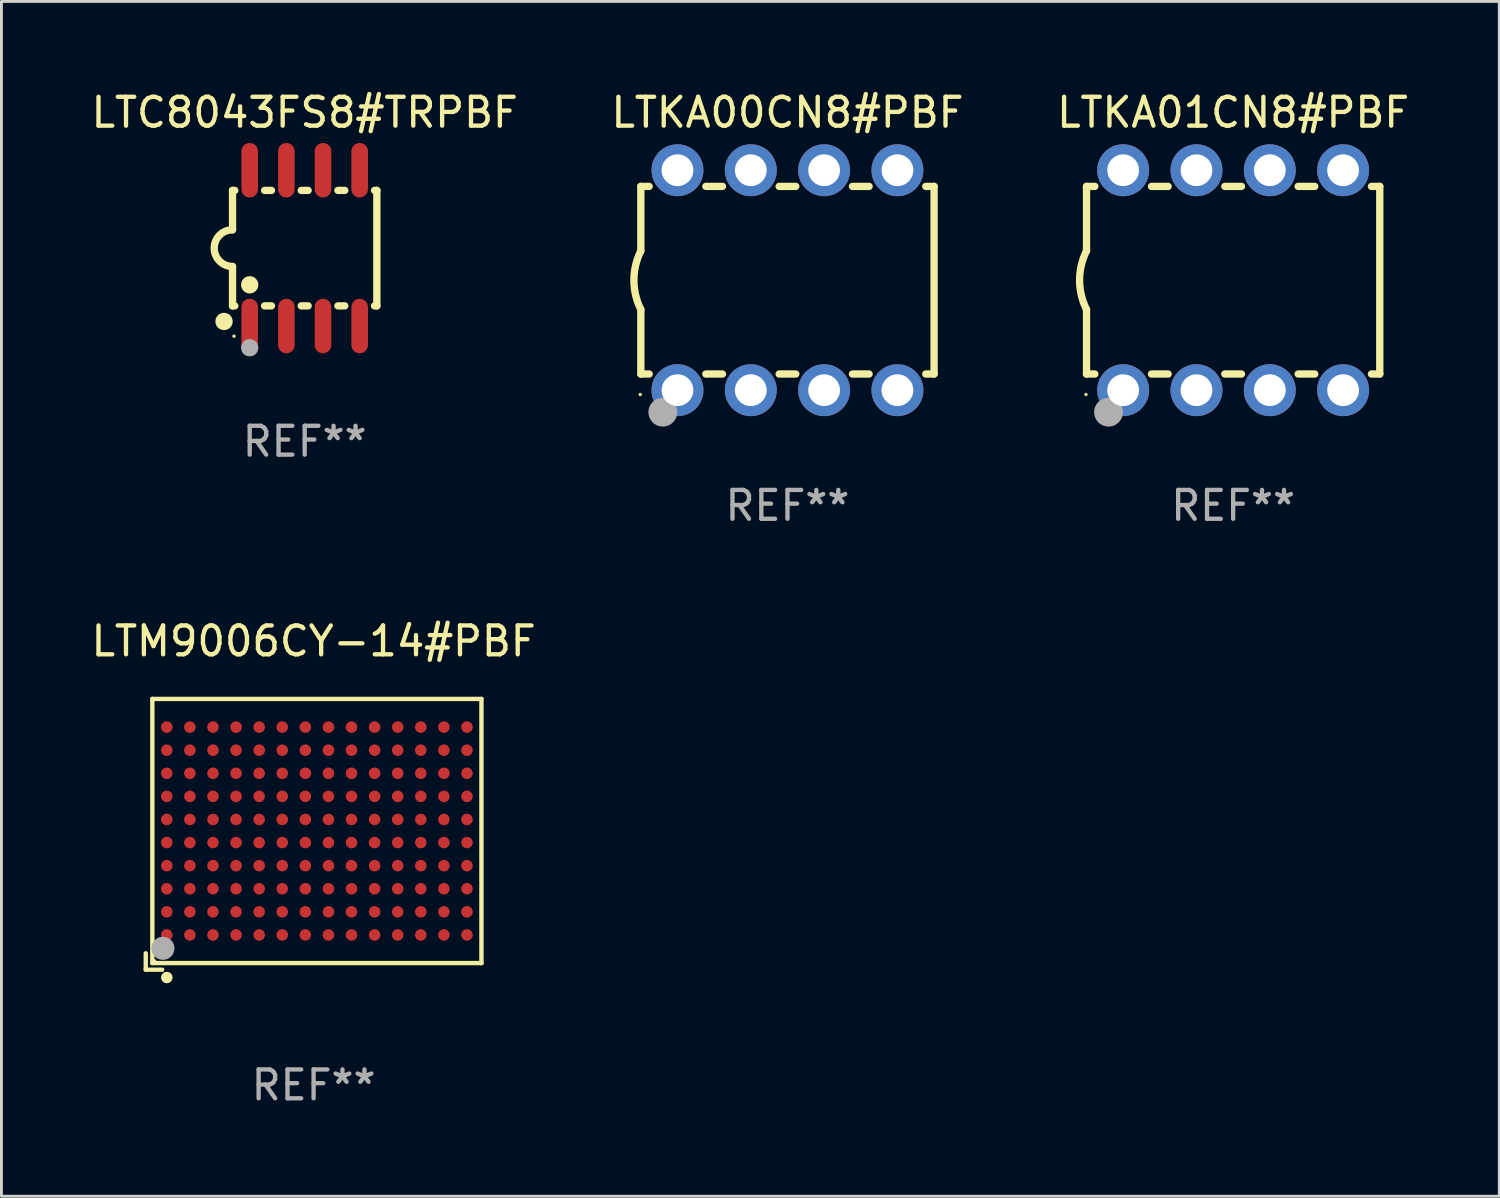
<source format=kicad_pcb>
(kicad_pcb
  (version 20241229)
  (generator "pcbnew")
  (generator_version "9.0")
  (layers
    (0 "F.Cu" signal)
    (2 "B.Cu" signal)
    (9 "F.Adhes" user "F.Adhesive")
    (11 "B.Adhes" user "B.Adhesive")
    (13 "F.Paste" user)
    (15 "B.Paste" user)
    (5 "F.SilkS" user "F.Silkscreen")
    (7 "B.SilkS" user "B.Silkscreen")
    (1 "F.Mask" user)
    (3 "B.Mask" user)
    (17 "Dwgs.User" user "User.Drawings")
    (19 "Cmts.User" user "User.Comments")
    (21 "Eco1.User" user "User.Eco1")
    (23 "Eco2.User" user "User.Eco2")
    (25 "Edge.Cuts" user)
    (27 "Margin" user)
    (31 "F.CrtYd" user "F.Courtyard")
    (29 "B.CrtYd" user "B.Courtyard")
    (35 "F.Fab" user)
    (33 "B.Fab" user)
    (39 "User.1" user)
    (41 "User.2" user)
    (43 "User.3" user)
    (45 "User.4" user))
  (footprint "LTC8043FS8#TRPBF"
    (layer "F.Cu")
    (at 7.506 5.547)
    (property "Reference" "LTC8043FS8#TRPBF" (at 0 -4.699 0) (layer "F.SilkS") (effects (font (size 1 1) (thickness 0.15))))
    (attr through_hole)
    (fp_line (start -2.5 -2) (end -2.5 -0.635) (stroke (width 0.254) (type solid)) (layer "F.SilkS"))
    (fp_line (start -2.5 -2) (end -2.421 -2) (stroke (width 0.254) (type solid)) (layer "F.SilkS"))
    (fp_line (start -2.5 2) (end -2.5 0.635) (stroke (width 0.254) (type solid)) (layer "F.SilkS"))
    (fp_line (start -2.5 2) (end -2.421 2) (stroke (width 0.254) (type solid)) (layer "F.SilkS"))
    (fp_line (start -1.389 -2) (end -1.151 -2) (stroke (width 0.254) (type solid)) (layer "F.SilkS"))
    (fp_line (start -1.389 2) (end -1.151 2) (stroke (width 0.254) (type solid)) (layer "F.SilkS"))
    (fp_line (start -0.119 -2) (end 0.119 -2) (stroke (width 0.254) (type solid)) (layer "F.SilkS"))
    (fp_line (start -0.119 2) (end 0.119 2) (stroke (width 0.254) (type solid)) (layer "F.SilkS"))
    (fp_line (start 1.151 -2) (end 1.389 -2) (stroke (width 0.254) (type solid)) (layer "F.SilkS"))
    (fp_line (start 1.151 2) (end 1.389 2) (stroke (width 0.254) (type solid)) (layer "F.SilkS"))
    (fp_line (start 2.421 -2) (end 2.5 -2) (stroke (width 0.254) (type solid)) (layer "F.SilkS"))
    (fp_line (start 2.421 2) (end 2.5 2) (stroke (width 0.254) (type solid)) (layer "F.SilkS"))
    (fp_line (start 2.5 -2) (end 2.5 2) (stroke (width 0.254) (type solid)) (layer "F.SilkS"))
    (fp_arc (start -2.5 0.635001) (mid -3.134366 -0.000318) (end -2.499365 -0.635001) (stroke (width 0.254001) (type solid)) (layer "F.SilkS"))
    (fp_circle (center -2.794 2.54) (end -2.644 2.54) (stroke (width 0.3) (type solid)) (fill no) (layer "F.SilkS"))
    (fp_circle (center -2.45 3.05) (end -2.42 3.05) (stroke (width 0.06) (type solid)) (fill no) (layer "F.SilkS"))
    (fp_circle (center -1.905 1.27) (end -1.755 1.27) (stroke (width 0.3) (type solid)) (fill no) (layer "F.SilkS"))
    (fp_circle (center -1.905 3.45) (end -1.755 3.45) (stroke (width 0.3) (type solid)) (fill no) (layer "F.Fab"))
    (fp_text user "REF**" (at 0 6.699 0) (layer "F.Fab") (effects (font (size 1 1) (thickness 0.15))))
    (pad "1" smd oval (at -1.905 2.699) (size 0.574 1.888) (layers "F.Cu" "F.Mask" "F.Paste"))
    (pad "2" smd oval (at -0.635 2.699) (size 0.574 1.888) (layers "F.Cu" "F.Mask" "F.Paste"))
    (pad "3" smd oval (at 0.635 2.699) (size 0.574 1.888) (layers "F.Cu" "F.Mask" "F.Paste"))
    (pad "4" smd oval (at 1.905 2.699) (size 0.574 1.888) (layers "F.Cu" "F.Mask" "F.Paste"))
    (pad "5" smd oval (at 1.905 -2.699) (size 0.574 1.888) (layers "F.Cu" "F.Mask" "F.Paste"))
    (pad "6" smd oval (at 0.635 -2.699) (size 0.574 1.888) (layers "F.Cu" "F.Mask" "F.Paste"))
    (pad "7" smd oval (at -0.635 -2.699) (size 0.574 1.888) (layers "F.Cu" "F.Mask" "F.Paste"))
    (pad "8" smd oval (at -1.905 -2.699) (size 0.574 1.888) (layers "F.Cu" "F.Mask" "F.Paste")))
  (footprint "LTKA00CN8#PBF"
    (layer "F.Cu")
    (at 24.232 6.658)
    (property "Reference" "LTKA00CN8#PBF" (at 0 -5.81 0) (layer "F.SilkS") (effects (font (size 1 1) (thickness 0.15))))
    (attr through_hole)
    (fp_line (start -5.08 -3.25) (end -5.08 -1.017) (stroke (width 0.254) (type solid)) (layer "F.SilkS"))
    (fp_line (start -5.08 -3.25) (end -4.792 -3.25) (stroke (width 0.254) (type solid)) (layer "F.SilkS"))
    (fp_line (start -5.08 3.25) (end -5.08 1.015) (stroke (width 0.254) (type solid)) (layer "F.SilkS"))
    (fp_line (start -5.08 3.25) (end -4.792 3.25) (stroke (width 0.254) (type solid)) (layer "F.SilkS"))
    (fp_line (start -2.828 -3.25) (end -2.252 -3.25) (stroke (width 0.254) (type solid)) (layer "F.SilkS"))
    (fp_line (start -2.828 3.25) (end -2.252 3.25) (stroke (width 0.254) (type solid)) (layer "F.SilkS"))
    (fp_line (start -0.288 -3.25) (end 0.288 -3.25) (stroke (width 0.254) (type solid)) (layer "F.SilkS"))
    (fp_line (start -0.288 3.25) (end 0.288 3.25) (stroke (width 0.254) (type solid)) (layer "F.SilkS"))
    (fp_line (start 2.252 -3.25) (end 2.828 -3.25) (stroke (width 0.254) (type solid)) (layer "F.SilkS"))
    (fp_line (start 2.252 3.25) (end 2.828 3.25) (stroke (width 0.254) (type solid)) (layer "F.SilkS"))
    (fp_line (start 4.792 -3.25) (end 5.08 -3.25) (stroke (width 0.254) (type solid)) (layer "F.SilkS"))
    (fp_line (start 4.792 3.25) (end 5.08 3.25) (stroke (width 0.254) (type solid)) (layer "F.SilkS"))
    (fp_line (start 5.08 -3.25) (end 5.08 3.25) (stroke (width 0.254) (type solid)) (layer "F.SilkS"))
    (fp_arc (start -5.08001 1.01524) (mid -5.319856 -0.000762) (end -5.08001 -1.016764) (stroke (width 0.254001) (type solid)) (layer "F.SilkS"))
    (fp_circle (center -5.1 3.96) (end -5.07 3.96) (stroke (width 0.06) (type solid)) (fill no) (layer "F.SilkS"))
    (fp_circle (center -4.318 4.572) (end -4.068 4.572) (stroke (width 0.5) (type solid)) (fill no) (layer "F.Fab"))
    (fp_text user "REF**" (at 0 7.81 0) (layer "F.Fab") (effects (font (size 1 1) (thickness 0.15))))
    (pad "1" thru_hole circle (at -3.81 3.81) (size 1.8 1.8) (drill 1.1) (layers "*.Cu" "*.Mask"))
    (pad "2" thru_hole circle (at -1.27 3.81) (size 1.8 1.8) (drill 1.1) (layers "*.Cu" "*.Mask"))
    (pad "3" thru_hole circle (at 1.27 3.81) (size 1.8 1.8) (drill 1.1) (layers "*.Cu" "*.Mask"))
    (pad "4" thru_hole circle (at 3.81 3.81) (size 1.8 1.8) (drill 1.1) (layers "*.Cu" "*.Mask"))
    (pad "5" thru_hole circle (at 3.81 -3.81) (size 1.8 1.8) (drill 1.1) (layers "*.Cu" "*.Mask"))
    (pad "6" thru_hole circle (at 1.27 -3.81) (size 1.8 1.8) (drill 1.1) (layers "*.Cu" "*.Mask"))
    (pad "7" thru_hole circle (at -1.27 -3.81) (size 1.8 1.8) (drill 1.1) (layers "*.Cu" "*.Mask"))
    (pad "8" thru_hole circle (at -3.81 -3.81) (size 1.8 1.8) (drill 1.1) (layers "*.Cu" "*.Mask")))
  (footprint "LTKA01CN8#PBF"
    (layer "F.Cu")
    (at 39.673 6.658)
    (property "Reference" "LTKA01CN8#PBF" (at 0 -5.81 0) (layer "F.SilkS") (effects (font (size 1 1) (thickness 0.15))))
    (attr through_hole)
    (fp_line (start -5.08 -3.25) (end -5.08 -1.017) (stroke (width 0.254) (type solid)) (layer "F.SilkS"))
    (fp_line (start -5.08 -3.25) (end -4.792 -3.25) (stroke (width 0.254) (type solid)) (layer "F.SilkS"))
    (fp_line (start -5.08 3.25) (end -5.08 1.015) (stroke (width 0.254) (type solid)) (layer "F.SilkS"))
    (fp_line (start -5.08 3.25) (end -4.792 3.25) (stroke (width 0.254) (type solid)) (layer "F.SilkS"))
    (fp_line (start -2.828 -3.25) (end -2.252 -3.25) (stroke (width 0.254) (type solid)) (layer "F.SilkS"))
    (fp_line (start -2.828 3.25) (end -2.252 3.25) (stroke (width 0.254) (type solid)) (layer "F.SilkS"))
    (fp_line (start -0.288 -3.25) (end 0.288 -3.25) (stroke (width 0.254) (type solid)) (layer "F.SilkS"))
    (fp_line (start -0.288 3.25) (end 0.288 3.25) (stroke (width 0.254) (type solid)) (layer "F.SilkS"))
    (fp_line (start 2.252 -3.25) (end 2.828 -3.25) (stroke (width 0.254) (type solid)) (layer "F.SilkS"))
    (fp_line (start 2.252 3.25) (end 2.828 3.25) (stroke (width 0.254) (type solid)) (layer "F.SilkS"))
    (fp_line (start 4.792 -3.25) (end 5.08 -3.25) (stroke (width 0.254) (type solid)) (layer "F.SilkS"))
    (fp_line (start 4.792 3.25) (end 5.08 3.25) (stroke (width 0.254) (type solid)) (layer "F.SilkS"))
    (fp_line (start 5.08 -3.25) (end 5.08 3.25) (stroke (width 0.254) (type solid)) (layer "F.SilkS"))
    (fp_arc (start -5.08001 1.01524) (mid -5.319856 -0.000762) (end -5.08001 -1.016764) (stroke (width 0.254001) (type solid)) (layer "F.SilkS"))
    (fp_circle (center -5.1 3.96) (end -5.07 3.96) (stroke (width 0.06) (type solid)) (fill no) (layer "F.SilkS"))
    (fp_circle (center -4.318 4.572) (end -4.068 4.572) (stroke (width 0.5) (type solid)) (fill no) (layer "F.Fab"))
    (fp_text user "REF**" (at 0 7.81 0) (layer "F.Fab") (effects (font (size 1 1) (thickness 0.15))))
    (pad "1" thru_hole circle (at -3.81 3.81) (size 1.8 1.8) (drill 1.1) (layers "*.Cu" "*.Mask"))
    (pad "2" thru_hole circle (at -1.27 3.81) (size 1.8 1.8) (drill 1.1) (layers "*.Cu" "*.Mask"))
    (pad "3" thru_hole circle (at 1.27 3.81) (size 1.8 1.8) (drill 1.1) (layers "*.Cu" "*.Mask"))
    (pad "4" thru_hole circle (at 3.81 3.81) (size 1.8 1.8) (drill 1.1) (layers "*.Cu" "*.Mask"))
    (pad "5" thru_hole circle (at 3.81 -3.81) (size 1.8 1.8) (drill 1.1) (layers "*.Cu" "*.Mask"))
    (pad "6" thru_hole circle (at 1.27 -3.81) (size 1.8 1.8) (drill 1.1) (layers "*.Cu" "*.Mask"))
    (pad "7" thru_hole circle (at -1.27 -3.81) (size 1.8 1.8) (drill 1.1) (layers "*.Cu" "*.Mask"))
    (pad "8" thru_hole circle (at -3.81 -3.81) (size 1.8 1.8) (drill 1.1) (layers "*.Cu" "*.Mask")))
  (footprint "LTM9006CY-14#PBF"
    (layer "F.Cu")
    (at 7.815 25.855)
    (property "Reference" "LTM9006CY-14#PBF" (at 0 -6.691 0) (layer "F.SilkS") (effects (font (size 1 1) (thickness 0.15))))
    (attr through_hole)
    (fp_line (start -5.815 4.122) (end -5.815 4.691) (stroke (width 0.152) (type solid)) (layer "F.SilkS"))
    (fp_line (start -5.815 4.691) (end -5.247 4.691) (stroke (width 0.152) (type solid)) (layer "F.SilkS"))
    (fp_line (start -5.587 -4.691) (end 5.815 -4.691) (stroke (width 0.152) (type solid)) (layer "F.SilkS"))
    (fp_line (start -5.587 4.462) (end -5.587 -4.691) (stroke (width 0.152) (type solid)) (layer "F.SilkS"))
    (fp_line (start 5.815 -4.691) (end 5.815 4.462) (stroke (width 0.152) (type solid)) (layer "F.SilkS"))
    (fp_line (start 5.815 4.462) (end -5.587 4.462) (stroke (width 0.152) (type solid)) (layer "F.SilkS"))
    (fp_circle (center -5.511 4.386) (end -5.481 4.386) (stroke (width 0.06) (type solid)) (fill no) (layer "F.SilkS"))
    (fp_circle (center -5.086 4.962) (end -4.986 4.962) (stroke (width 0.2) (type solid)) (fill no) (layer "F.SilkS"))
    (fp_circle (center -5.22 3.95) (end -5.02 3.95) (stroke (width 0.4) (type solid)) (fill no) (layer "F.Fab"))
    (fp_text user "REF**" (at 0 8.691 0) (layer "F.Fab") (effects (font (size 1 1) (thickness 0.15))))
    (pad "A1" smd circle (at -5.086 3.486) (size 0.4 0.4) (layers "F.Cu" "F.Mask" "F.Paste"))
    (pad "A2" smd circle (at -5.086 2.686) (size 0.4 0.4) (layers "F.Cu" "F.Mask" "F.Paste"))
    (pad "A3" smd circle (at -5.086 1.886) (size 0.4 0.4) (layers "F.Cu" "F.Mask" "F.Paste"))
    (pad "A4" smd circle (at -5.086 1.086) (size 0.4 0.4) (layers "F.Cu" "F.Mask" "F.Paste"))
    (pad "A5" smd circle (at -5.086 0.286) (size 0.4 0.4) (layers "F.Cu" "F.Mask" "F.Paste"))
    (pad "A6" smd circle (at -5.086 -0.514) (size 0.4 0.4) (layers "F.Cu" "F.Mask" "F.Paste"))
    (pad "A7" smd circle (at -5.086 -1.314) (size 0.4 0.4) (layers "F.Cu" "F.Mask" "F.Paste"))
    (pad "A8" smd circle (at -5.086 -2.114) (size 0.4 0.4) (layers "F.Cu" "F.Mask" "F.Paste"))
    (pad "A9" smd circle (at -5.086 -2.914) (size 0.4 0.4) (layers "F.Cu" "F.Mask" "F.Paste"))
    (pad "A10" smd circle (at -5.086 -3.714) (size 0.4 0.4) (layers "F.Cu" "F.Mask" "F.Paste"))
    (pad "B1" smd circle (at -4.286 3.486) (size 0.4 0.4) (layers "F.Cu" "F.Mask" "F.Paste"))
    (pad "B2" smd circle (at -4.286 2.686) (size 0.4 0.4) (layers "F.Cu" "F.Mask" "F.Paste"))
    (pad "B3" smd circle (at -4.286 1.886) (size 0.4 0.4) (layers "F.Cu" "F.Mask" "F.Paste"))
    (pad "B4" smd circle (at -4.286 1.086) (size 0.4 0.4) (layers "F.Cu" "F.Mask" "F.Paste"))
    (pad "B5" smd circle (at -4.286 0.286) (size 0.4 0.4) (layers "F.Cu" "F.Mask" "F.Paste"))
    (pad "B6" smd circle (at -4.286 -0.514) (size 0.4 0.4) (layers "F.Cu" "F.Mask" "F.Paste"))
    (pad "B7" smd circle (at -4.286 -1.314) (size 0.4 0.4) (layers "F.Cu" "F.Mask" "F.Paste"))
    (pad "B8" smd circle (at -4.286 -2.114) (size 0.4 0.4) (layers "F.Cu" "F.Mask" "F.Paste"))
    (pad "B9" smd circle (at -4.286 -2.914) (size 0.4 0.4) (layers "F.Cu" "F.Mask" "F.Paste"))
    (pad "B10" smd circle (at -4.286 -3.714) (size 0.4 0.4) (layers "F.Cu" "F.Mask" "F.Paste"))
    (pad "C1" smd circle (at -3.486 3.486) (size 0.4 0.4) (layers "F.Cu" "F.Mask" "F.Paste"))
    (pad "C2" smd circle (at -3.486 2.686) (size 0.4 0.4) (layers "F.Cu" "F.Mask" "F.Paste"))
    (pad "C3" smd circle (at -3.486 1.886) (size 0.4 0.4) (layers "F.Cu" "F.Mask" "F.Paste"))
    (pad "C4" smd circle (at -3.486 1.086) (size 0.4 0.4) (layers "F.Cu" "F.Mask" "F.Paste"))
    (pad "C5" smd circle (at -3.486 0.286) (size 0.4 0.4) (layers "F.Cu" "F.Mask" "F.Paste"))
    (pad "C6" smd circle (at -3.486 -0.514) (size 0.4 0.4) (layers "F.Cu" "F.Mask" "F.Paste"))
    (pad "C7" smd circle (at -3.486 -1.314) (size 0.4 0.4) (layers "F.Cu" "F.Mask" "F.Paste"))
    (pad "C8" smd circle (at -3.486 -2.114) (size 0.4 0.4) (layers "F.Cu" "F.Mask" "F.Paste"))
    (pad "C9" smd circle (at -3.486 -2.914) (size 0.4 0.4) (layers "F.Cu" "F.Mask" "F.Paste"))
    (pad "C10" smd circle (at -3.486 -3.714) (size 0.4 0.4) (layers "F.Cu" "F.Mask" "F.Paste"))
    (pad "D1" smd circle (at -2.686 3.486) (size 0.4 0.4) (layers "F.Cu" "F.Mask" "F.Paste"))
    (pad "D2" smd circle (at -2.686 2.686) (size 0.4 0.4) (layers "F.Cu" "F.Mask" "F.Paste"))
    (pad "D3" smd circle (at -2.686 1.886) (size 0.4 0.4) (layers "F.Cu" "F.Mask" "F.Paste"))
    (pad "D4" smd circle (at -2.686 1.086) (size 0.4 0.4) (layers "F.Cu" "F.Mask" "F.Paste"))
    (pad "D5" smd circle (at -2.686 0.286) (size 0.4 0.4) (layers "F.Cu" "F.Mask" "F.Paste"))
    (pad "D6" smd circle (at -2.686 -0.514) (size 0.4 0.4) (layers "F.Cu" "F.Mask" "F.Paste"))
    (pad "D7" smd circle (at -2.686 -1.314) (size 0.4 0.4) (layers "F.Cu" "F.Mask" "F.Paste"))
    (pad "D8" smd circle (at -2.686 -2.114) (size 0.4 0.4) (layers "F.Cu" "F.Mask" "F.Paste"))
    (pad "D9" smd circle (at -2.686 -2.914) (size 0.4 0.4) (layers "F.Cu" "F.Mask" "F.Paste"))
    (pad "D10" smd circle (at -2.686 -3.714) (size 0.4 0.4) (layers "F.Cu" "F.Mask" "F.Paste"))
    (pad "E1" smd circle (at -1.886 3.486) (size 0.4 0.4) (layers "F.Cu" "F.Mask" "F.Paste"))
    (pad "E2" smd circle (at -1.886 2.686) (size 0.4 0.4) (layers "F.Cu" "F.Mask" "F.Paste"))
    (pad "E3" smd circle (at -1.886 1.886) (size 0.4 0.4) (layers "F.Cu" "F.Mask" "F.Paste"))
    (pad "E4" smd circle (at -1.886 1.086) (size 0.4 0.4) (layers "F.Cu" "F.Mask" "F.Paste"))
    (pad "E5" smd circle (at -1.886 0.286) (size 0.4 0.4) (layers "F.Cu" "F.Mask" "F.Paste"))
    (pad "E6" smd circle (at -1.886 -0.514) (size 0.4 0.4) (layers "F.Cu" "F.Mask" "F.Paste"))
    (pad "E7" smd circle (at -1.886 -1.314) (size 0.4 0.4) (layers "F.Cu" "F.Mask" "F.Paste"))
    (pad "E8" smd circle (at -1.886 -2.114) (size 0.4 0.4) (layers "F.Cu" "F.Mask" "F.Paste"))
    (pad "E9" smd circle (at -1.886 -2.914) (size 0.4 0.4) (layers "F.Cu" "F.Mask" "F.Paste"))
    (pad "E10" smd circle (at -1.886 -3.714) (size 0.4 0.4) (layers "F.Cu" "F.Mask" "F.Paste"))
    (pad "F1" smd circle (at -1.086 3.486) (size 0.4 0.4) (layers "F.Cu" "F.Mask" "F.Paste"))
    (pad "F2" smd circle (at -1.086 2.686) (size 0.4 0.4) (layers "F.Cu" "F.Mask" "F.Paste"))
    (pad "F3" smd circle (at -1.086 1.886) (size 0.4 0.4) (layers "F.Cu" "F.Mask" "F.Paste"))
    (pad "F4" smd circle (at -1.086 1.086) (size 0.4 0.4) (layers "F.Cu" "F.Mask" "F.Paste"))
    (pad "F5" smd circle (at -1.086 0.286) (size 0.4 0.4) (layers "F.Cu" "F.Mask" "F.Paste"))
    (pad "F6" smd circle (at -1.086 -0.514) (size 0.4 0.4) (layers "F.Cu" "F.Mask" "F.Paste"))
    (pad "F7" smd circle (at -1.086 -1.314) (size 0.4 0.4) (layers "F.Cu" "F.Mask" "F.Paste"))
    (pad "F8" smd circle (at -1.086 -2.114) (size 0.4 0.4) (layers "F.Cu" "F.Mask" "F.Paste"))
    (pad "F9" smd circle (at -1.086 -2.914) (size 0.4 0.4) (layers "F.Cu" "F.Mask" "F.Paste"))
    (pad "F10" smd circle (at -1.086 -3.714) (size 0.4 0.4) (layers "F.Cu" "F.Mask" "F.Paste"))
    (pad "G1" smd circle (at -0.286 3.486) (size 0.4 0.4) (layers "F.Cu" "F.Mask" "F.Paste"))
    (pad "G2" smd circle (at -0.286 2.686) (size 0.4 0.4) (layers "F.Cu" "F.Mask" "F.Paste"))
    (pad "G3" smd circle (at -0.286 1.886) (size 0.4 0.4) (layers "F.Cu" "F.Mask" "F.Paste"))
    (pad "G4" smd circle (at -0.286 1.086) (size 0.4 0.4) (layers "F.Cu" "F.Mask" "F.Paste"))
    (pad "G5" smd circle (at -0.286 0.286) (size 0.4 0.4) (layers "F.Cu" "F.Mask" "F.Paste"))
    (pad "G6" smd circle (at -0.286 -0.514) (size 0.4 0.4) (layers "F.Cu" "F.Mask" "F.Paste"))
    (pad "G7" smd circle (at -0.286 -1.314) (size 0.4 0.4) (layers "F.Cu" "F.Mask" "F.Paste"))
    (pad "G8" smd circle (at -0.286 -2.114) (size 0.4 0.4) (layers "F.Cu" "F.Mask" "F.Paste"))
    (pad "G9" smd circle (at -0.286 -2.914) (size 0.4 0.4) (layers "F.Cu" "F.Mask" "F.Paste"))
    (pad "G10" smd circle (at -0.286 -3.714) (size 0.4 0.4) (layers "F.Cu" "F.Mask" "F.Paste"))
    (pad "H1" smd circle (at 0.514 3.486) (size 0.4 0.4) (layers "F.Cu" "F.Mask" "F.Paste"))
    (pad "H2" smd circle (at 0.514 2.686) (size 0.4 0.4) (layers "F.Cu" "F.Mask" "F.Paste"))
    (pad "H3" smd circle (at 0.514 1.886) (size 0.4 0.4) (layers "F.Cu" "F.Mask" "F.Paste"))
    (pad "H4" smd circle (at 0.514 1.086) (size 0.4 0.4) (layers "F.Cu" "F.Mask" "F.Paste"))
    (pad "H5" smd circle (at 0.514 0.286) (size 0.4 0.4) (layers "F.Cu" "F.Mask" "F.Paste"))
    (pad "H6" smd circle (at 0.514 -0.514) (size 0.4 0.4) (layers "F.Cu" "F.Mask" "F.Paste"))
    (pad "H7" smd circle (at 0.514 -1.314) (size 0.4 0.4) (layers "F.Cu" "F.Mask" "F.Paste"))
    (pad "H8" smd circle (at 0.514 -2.114) (size 0.4 0.4) (layers "F.Cu" "F.Mask" "F.Paste"))
    (pad "H9" smd circle (at 0.514 -2.914) (size 0.4 0.4) (layers "F.Cu" "F.Mask" "F.Paste"))
    (pad "H10" smd circle (at 0.514 -3.714) (size 0.4 0.4) (layers "F.Cu" "F.Mask" "F.Paste"))
    (pad "J1" smd circle (at 1.314 3.486) (size 0.4 0.4) (layers "F.Cu" "F.Mask" "F.Paste"))
    (pad "J2" smd circle (at 1.314 2.686) (size 0.4 0.4) (layers "F.Cu" "F.Mask" "F.Paste"))
    (pad "J3" smd circle (at 1.314 1.886) (size 0.4 0.4) (layers "F.Cu" "F.Mask" "F.Paste"))
    (pad "J4" smd circle (at 1.314 1.086) (size 0.4 0.4) (layers "F.Cu" "F.Mask" "F.Paste"))
    (pad "J5" smd circle (at 1.314 0.286) (size 0.4 0.4) (layers "F.Cu" "F.Mask" "F.Paste"))
    (pad "J6" smd circle (at 1.314 -0.514) (size 0.4 0.4) (layers "F.Cu" "F.Mask" "F.Paste"))
    (pad "J7" smd circle (at 1.314 -1.314) (size 0.4 0.4) (layers "F.Cu" "F.Mask" "F.Paste"))
    (pad "J8" smd circle (at 1.314 -2.114) (size 0.4 0.4) (layers "F.Cu" "F.Mask" "F.Paste"))
    (pad "J9" smd circle (at 1.314 -2.914) (size 0.4 0.4) (layers "F.Cu" "F.Mask" "F.Paste"))
    (pad "J10" smd circle (at 1.314 -3.714) (size 0.4 0.4) (layers "F.Cu" "F.Mask" "F.Paste"))
    (pad "K1" smd circle (at 2.114 3.486) (size 0.4 0.4) (layers "F.Cu" "F.Mask" "F.Paste"))
    (pad "K2" smd circle (at 2.114 2.686) (size 0.4 0.4) (layers "F.Cu" "F.Mask" "F.Paste"))
    (pad "K3" smd circle (at 2.114 1.886) (size 0.4 0.4) (layers "F.Cu" "F.Mask" "F.Paste"))
    (pad "K4" smd circle (at 2.114 1.086) (size 0.4 0.4) (layers "F.Cu" "F.Mask" "F.Paste"))
    (pad "K5" smd circle (at 2.114 0.286) (size 0.4 0.4) (layers "F.Cu" "F.Mask" "F.Paste"))
    (pad "K6" smd circle (at 2.114 -0.514) (size 0.4 0.4) (layers "F.Cu" "F.Mask" "F.Paste"))
    (pad "K7" smd circle (at 2.114 -1.314) (size 0.4 0.4) (layers "F.Cu" "F.Mask" "F.Paste"))
    (pad "K8" smd circle (at 2.114 -2.114) (size 0.4 0.4) (layers "F.Cu" "F.Mask" "F.Paste"))
    (pad "K9" smd circle (at 2.114 -2.914) (size 0.4 0.4) (layers "F.Cu" "F.Mask" "F.Paste"))
    (pad "K10" smd circle (at 2.114 -3.714) (size 0.4 0.4) (layers "F.Cu" "F.Mask" "F.Paste"))
    (pad "L1" smd circle (at 2.914 3.486) (size 0.4 0.4) (layers "F.Cu" "F.Mask" "F.Paste"))
    (pad "L2" smd circle (at 2.914 2.686) (size 0.4 0.4) (layers "F.Cu" "F.Mask" "F.Paste"))
    (pad "L3" smd circle (at 2.914 1.886) (size 0.4 0.4) (layers "F.Cu" "F.Mask" "F.Paste"))
    (pad "L4" smd circle (at 2.914 1.086) (size 0.4 0.4) (layers "F.Cu" "F.Mask" "F.Paste"))
    (pad "L5" smd circle (at 2.914 0.286) (size 0.4 0.4) (layers "F.Cu" "F.Mask" "F.Paste"))
    (pad "L6" smd circle (at 2.914 -0.514) (size 0.4 0.4) (layers "F.Cu" "F.Mask" "F.Paste"))
    (pad "L7" smd circle (at 2.914 -1.314) (size 0.4 0.4) (layers "F.Cu" "F.Mask" "F.Paste"))
    (pad "L8" smd circle (at 2.914 -2.114) (size 0.4 0.4) (layers "F.Cu" "F.Mask" "F.Paste"))
    (pad "L9" smd circle (at 2.914 -2.914) (size 0.4 0.4) (layers "F.Cu" "F.Mask" "F.Paste"))
    (pad "L10" smd circle (at 2.914 -3.714) (size 0.4 0.4) (layers "F.Cu" "F.Mask" "F.Paste"))
    (pad "M1" smd circle (at 3.714 3.486) (size 0.4 0.4) (layers "F.Cu" "F.Mask" "F.Paste"))
    (pad "M2" smd circle (at 3.714 2.686) (size 0.4 0.4) (layers "F.Cu" "F.Mask" "F.Paste"))
    (pad "M3" smd circle (at 3.714 1.886) (size 0.4 0.4) (layers "F.Cu" "F.Mask" "F.Paste"))
    (pad "M4" smd circle (at 3.714 1.086) (size 0.4 0.4) (layers "F.Cu" "F.Mask" "F.Paste"))
    (pad "M5" smd circle (at 3.714 0.286) (size 0.4 0.4) (layers "F.Cu" "F.Mask" "F.Paste"))
    (pad "M6" smd circle (at 3.714 -0.514) (size 0.4 0.4) (layers "F.Cu" "F.Mask" "F.Paste"))
    (pad "M7" smd circle (at 3.714 -1.314) (size 0.4 0.4) (layers "F.Cu" "F.Mask" "F.Paste"))
    (pad "M8" smd circle (at 3.714 -2.114) (size 0.4 0.4) (layers "F.Cu" "F.Mask" "F.Paste"))
    (pad "M9" smd circle (at 3.714 -2.914) (size 0.4 0.4) (layers "F.Cu" "F.Mask" "F.Paste"))
    (pad "M10" smd circle (at 3.714 -3.714) (size 0.4 0.4) (layers "F.Cu" "F.Mask" "F.Paste"))
    (pad "N1" smd circle (at 4.514 3.486) (size 0.4 0.4) (layers "F.Cu" "F.Mask" "F.Paste"))
    (pad "N2" smd circle (at 4.514 2.686) (size 0.4 0.4) (layers "F.Cu" "F.Mask" "F.Paste"))
    (pad "N3" smd circle (at 4.514 1.886) (size 0.4 0.4) (layers "F.Cu" "F.Mask" "F.Paste"))
    (pad "N4" smd circle (at 4.514 1.086) (size 0.4 0.4) (layers "F.Cu" "F.Mask" "F.Paste"))
    (pad "N5" smd circle (at 4.514 0.286) (size 0.4 0.4) (layers "F.Cu" "F.Mask" "F.Paste"))
    (pad "N6" smd circle (at 4.514 -0.514) (size 0.4 0.4) (layers "F.Cu" "F.Mask" "F.Paste"))
    (pad "N7" smd circle (at 4.514 -1.314) (size 0.4 0.4) (layers "F.Cu" "F.Mask" "F.Paste"))
    (pad "N8" smd circle (at 4.514 -2.114) (size 0.4 0.4) (layers "F.Cu" "F.Mask" "F.Paste"))
    (pad "N9" smd circle (at 4.514 -2.914) (size 0.4 0.4) (layers "F.Cu" "F.Mask" "F.Paste"))
    (pad "N10" smd circle (at 4.514 -3.714) (size 0.4 0.4) (layers "F.Cu" "F.Mask" "F.Paste"))
    (pad "P1" smd circle (at 5.314 3.486) (size 0.4 0.4) (layers "F.Cu" "F.Mask" "F.Paste"))
    (pad "P2" smd circle (at 5.314 2.686) (size 0.4 0.4) (layers "F.Cu" "F.Mask" "F.Paste"))
    (pad "P3" smd circle (at 5.314 1.886) (size 0.4 0.4) (layers "F.Cu" "F.Mask" "F.Paste"))
    (pad "P4" smd circle (at 5.314 1.086) (size 0.4 0.4) (layers "F.Cu" "F.Mask" "F.Paste"))
    (pad "P5" smd circle (at 5.314 0.286) (size 0.4 0.4) (layers "F.Cu" "F.Mask" "F.Paste"))
    (pad "P6" smd circle (at 5.314 -0.514) (size 0.4 0.4) (layers "F.Cu" "F.Mask" "F.Paste"))
    (pad "P7" smd circle (at 5.314 -1.314) (size 0.4 0.4) (layers "F.Cu" "F.Mask" "F.Paste"))
    (pad "P8" smd circle (at 5.314 -2.114) (size 0.4 0.4) (layers "F.Cu" "F.Mask" "F.Paste"))
    (pad "P9" smd circle (at 5.314 -2.914) (size 0.4 0.4) (layers "F.Cu" "F.Mask" "F.Paste"))
    (pad "P10" smd circle (at 5.314 -3.714) (size 0.4 0.4) (layers "F.Cu" "F.Mask" "F.Paste")))
  (gr_rect
    (start -3 -3)
    (end 48.893 38.394)
    (stroke (width 0.1) (type default))
    (fill no)
    (layer "Edge.Cuts")))
</source>
